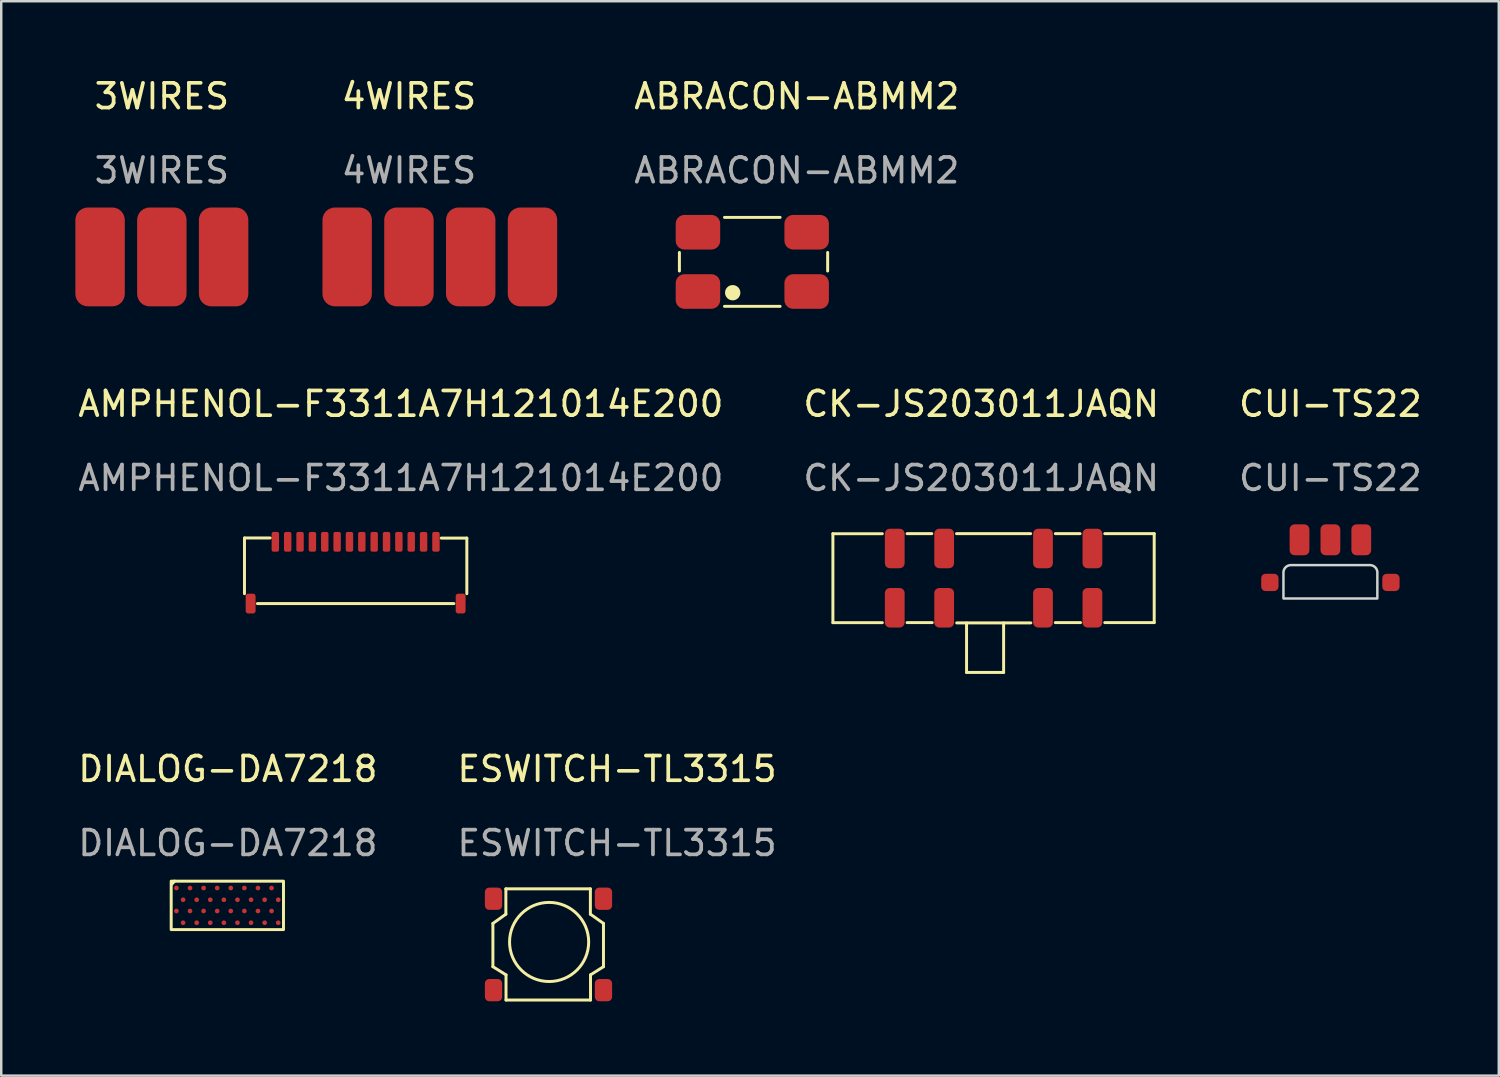
<source format=kicad_pcb>
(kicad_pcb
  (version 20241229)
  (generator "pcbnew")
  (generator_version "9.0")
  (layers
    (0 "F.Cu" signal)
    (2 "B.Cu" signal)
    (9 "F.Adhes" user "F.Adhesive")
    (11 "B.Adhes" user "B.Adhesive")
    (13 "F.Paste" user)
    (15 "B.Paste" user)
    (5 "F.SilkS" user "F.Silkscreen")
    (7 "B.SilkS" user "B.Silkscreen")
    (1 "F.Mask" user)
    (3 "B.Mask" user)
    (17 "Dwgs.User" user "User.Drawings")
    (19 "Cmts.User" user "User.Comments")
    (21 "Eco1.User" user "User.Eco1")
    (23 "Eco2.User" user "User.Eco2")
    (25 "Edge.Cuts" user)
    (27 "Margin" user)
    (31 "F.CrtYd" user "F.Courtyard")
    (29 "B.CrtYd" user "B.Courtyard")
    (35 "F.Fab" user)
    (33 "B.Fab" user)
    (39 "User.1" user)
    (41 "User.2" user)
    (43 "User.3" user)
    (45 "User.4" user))
  (footprint "ABRACON-ABMM2"
    (layer "F.Cu")
    (at 25.196 6.348)
    (property "Reference" "ABRACON-ABMM2" (at 4 -5.5 0) (unlocked yes) (layer "F.SilkS") (effects (font (size 1 1) (thickness 0.15))))
    (attr smd)
    (fp_line (start -0.75 0.82) (end -0.75 1.57) (stroke (width 0.12) (type default)) (layer "F.SilkS"))
    (fp_line (start 1.075 -0.6) (end 3.325 -0.6) (stroke (width 0.12) (type default)) (layer "F.SilkS"))
    (fp_line (start 1.075 3) (end 3.325 3) (stroke (width 0.12) (type default)) (layer "F.SilkS"))
    (fp_line (start 5.25 0.82) (end 5.25 1.57) (stroke (width 0.12) (type default)) (layer "F.SilkS"))
    (fp_circle (center 1.407 2.448) (end 1.657 2.448) (stroke (width 0.12) (type solid)) (fill yes) (layer "F.SilkS"))
    (fp_text user "${REFERENCE}" (at 4 -2.5 0) (unlocked yes) (layer "F.Fab") (effects (font (size 1 1) (thickness 0.15))))
    (pad "1" smd roundrect (at 0 2.4) (size 1.8 1.4) (layers "F.Cu" "F.Mask" "F.Paste") (roundrect_rratio 0.25))
    (pad "2" smd roundrect (at 4.4 2.4) (size 1.8 1.4) (layers "F.Cu" "F.Mask" "F.Paste") (roundrect_rratio 0.25))
    (pad "3" smd roundrect (at 4.4 0) (size 1.8 1.4) (layers "F.Cu" "F.Mask" "F.Paste") (roundrect_rratio 0.25))
    (pad "4" smd roundrect (at 0 0) (size 1.8 1.4) (layers "F.Cu" "F.Mask" "F.Paste") (roundrect_rratio 0.25)))
  (footprint "4WIRES"
    (layer "F.Cu")
    (at 14.75 7.348)
    (property "Reference" "4WIRES" (at -1.25 -6.5 0) (unlocked yes) (layer "F.SilkS") (effects (font (size 1 1) (thickness 0.15))))
    (attr smd)
    (fp_text user "${REFERENCE}" (at -1.25 -3.5 0) (unlocked yes) (layer "F.Fab") (effects (font (size 1 1) (thickness 0.15))))
    (pad "1" smd roundrect (at -3.75 0 180) (size 2 4) (layers "F.Cu" "F.Mask" "F.Paste") (roundrect_rratio 0.25))
    (pad "2" smd roundrect (at -1.25 0 180) (size 2 4) (layers "F.Cu" "F.Mask" "F.Paste") (roundrect_rratio 0.25))
    (pad "3" smd roundrect (at 1.25 0 180) (size 2 4) (layers "F.Cu" "F.Mask" "F.Paste") (roundrect_rratio 0.25))
    (pad "4" smd roundrect (at 3.75 0 180) (size 2 4) (layers "F.Cu" "F.Mask" "F.Paste") (roundrect_rratio 0.25)))
  (footprint "AMPHENOL-F3311A7H121014E200"
    (layer "F.Cu")
    (at 11.343 18.877)
    (property "Reference" "AMPHENOL-F3311A7H121014E200" (at 1.83 -5.58 0) (unlocked yes) (layer "F.SilkS") (effects (font (size 1 1) (thickness 0.15))))
    (attr smd)
    (fp_line (start -4.499 -0.154) (end -4.499 2.1) (stroke (width 0.12) (type default)) (layer "F.SilkS"))
    (fp_line (start -3.461 -0.155) (end -4.496 -0.155) (stroke (width 0.12) (type default)) (layer "F.SilkS"))
    (fp_line (start 3.975 2.5) (end -3.975 2.5) (stroke (width 0.12) (type default)) (layer "F.SilkS"))
    (fp_line (start 4.5 -0.15) (end 3.465 -0.15) (stroke (width 0.12) (type default)) (layer "F.SilkS"))
    (fp_line (start 4.5 -0.15) (end 4.5 2.1) (stroke (width 0.12) (type default)) (layer "F.SilkS"))
    (fp_text user "${REFERENCE}" (at 1.83 -2.58 0) (unlocked yes) (layer "F.Fab") (effects (font (size 1 1) (thickness 0.15))))
    (pad "1" smd roundrect (at -3.25 0 90) (size 0.8 0.3) (layers "F.Cu" "F.Mask" "F.Paste") (roundrect_rratio 0.25))
    (pad "2" smd roundrect (at -2.75 0 90) (size 0.8 0.3) (layers "F.Cu" "F.Mask" "F.Paste") (roundrect_rratio 0.25))
    (pad "3" smd roundrect (at -2.25 0 90) (size 0.8 0.3) (layers "F.Cu" "F.Mask" "F.Paste") (roundrect_rratio 0.25))
    (pad "4" smd roundrect (at -1.75 0 90) (size 0.8 0.3) (layers "F.Cu" "F.Mask" "F.Paste") (roundrect_rratio 0.25))
    (pad "5" smd roundrect (at -1.25 0 90) (size 0.8 0.3) (layers "F.Cu" "F.Mask" "F.Paste") (roundrect_rratio 0.25))
    (pad "6" smd roundrect (at -0.75 0 90) (size 0.8 0.3) (layers "F.Cu" "F.Mask" "F.Paste") (roundrect_rratio 0.25))
    (pad "7" smd roundrect (at -0.25 0 90) (size 0.8 0.3) (layers "F.Cu" "F.Mask" "F.Paste") (roundrect_rratio 0.25))
    (pad "8" smd roundrect (at 0.25 0 90) (size 0.8 0.3) (layers "F.Cu" "F.Mask" "F.Paste") (roundrect_rratio 0.25))
    (pad "9" smd roundrect (at 0.75 0 90) (size 0.8 0.3) (layers "F.Cu" "F.Mask" "F.Paste") (roundrect_rratio 0.25))
    (pad "10" smd roundrect (at 1.25 0 90) (size 0.8 0.3) (layers "F.Cu" "F.Mask" "F.Paste") (roundrect_rratio 0.25))
    (pad "11" smd roundrect (at 1.75 0 90) (size 0.8 0.3) (layers "F.Cu" "F.Mask" "F.Paste") (roundrect_rratio 0.25))
    (pad "12" smd roundrect (at 2.25 0 90) (size 0.8 0.3) (layers "F.Cu" "F.Mask" "F.Paste") (roundrect_rratio 0.25))
    (pad "13" smd roundrect (at 2.75 0 90) (size 0.8 0.3) (layers "F.Cu" "F.Mask" "F.Paste") (roundrect_rratio 0.25))
    (pad "14" smd roundrect (at 3.25 0 90) (size 0.8 0.3) (layers "F.Cu" "F.Mask" "F.Paste") (roundrect_rratio 0.25))
    (pad "MP" smd roundrect (at -4.25 2.5 90) (size 0.8 0.4) (layers "F.Cu" "F.Mask" "F.Paste") (roundrect_rratio 0.25))
    (pad "MP" smd roundrect (at 4.25 2.5 90) (size 0.8 0.4) (layers "F.Cu" "F.Mask" "F.Paste") (roundrect_rratio 0.25)))
  (footprint "3WIRES"
    (layer "F.Cu")
    (at 3.5 7.348)
    (property "Reference" "3WIRES" (at 0 -6.5 0) (unlocked yes) (layer "F.SilkS") (effects (font (size 1 1) (thickness 0.15))))
    (attr smd)
    (fp_text user "${REFERENCE}" (at 0 -3.5 0) (unlocked yes) (layer "F.Fab") (effects (font (size 1 1) (thickness 0.15))))
    (pad "1" smd roundrect (at -2.5 0 180) (size 2 4) (layers "F.Cu" "F.Mask" "F.Paste") (roundrect_rratio 0.25))
    (pad "2" smd roundrect (at 0 0 180) (size 2 4) (layers "F.Cu" "F.Mask" "F.Paste") (roundrect_rratio 0.25))
    (pad "3" smd roundrect (at 2.5 0 180) (size 2 4) (layers "F.Cu" "F.Mask" "F.Paste") (roundrect_rratio 0.25)))
  (footprint "CK-JS203011JAQN"
    (layer "F.Cu")
    (at 37.161 20.297)
    (property "Reference" "CK-JS203011JAQN" (at -0.5 -7 0) (unlocked yes) (layer "F.SilkS") (effects (font (size 1 1) (thickness 0.15))))
    (attr smd)
    (fp_line (start -6.503 -1.747) (end -6.503 1.853) (stroke (width 0.12) (type default)) (layer "F.SilkS"))
    (fp_line (start -6.503 1.853) (end -4.503 1.853) (stroke (width 0.12) (type default)) (layer "F.SilkS"))
    (fp_line (start -4.503 -1.747) (end -6.503 -1.747) (stroke (width 0.12) (type default)) (layer "F.SilkS"))
    (fp_line (start -3.5 -1.75) (end -2.5 -1.75) (stroke (width 0.12) (type default)) (layer "F.SilkS"))
    (fp_line (start -3.5 1.85) (end -2.483 1.85) (stroke (width 0.12) (type default)) (layer "F.SilkS"))
    (fp_line (start -1.5 -1.75) (end 1.5 -1.75) (stroke (width 0.12) (type default)) (layer "F.SilkS"))
    (fp_line (start -1.492 1.862) (end 1.508 1.862) (stroke (width 0.12) (type default)) (layer "F.SilkS"))
    (fp_line (start -1.094 1.867) (end -1.094 3.867) (stroke (width 0.12) (type default)) (layer "F.SilkS"))
    (fp_line (start -1.094 3.867) (end 0.406 3.867) (stroke (width 0.12) (type default)) (layer "F.SilkS"))
    (fp_line (start 0.406 3.867) (end 0.406 1.867) (stroke (width 0.12) (type default)) (layer "F.SilkS"))
    (fp_line (start 2.5 -1.75) (end 3.5 -1.75) (stroke (width 0.12) (type default)) (layer "F.SilkS"))
    (fp_line (start 2.5 1.85) (end 3.517 1.85) (stroke (width 0.12) (type default)) (layer "F.SilkS"))
    (fp_line (start 4.5 -1.75) (end 6.5 -1.75) (stroke (width 0.12) (type default)) (layer "F.SilkS"))
    (fp_line (start 6.5 -1.75) (end 6.5 1.85) (stroke (width 0.12) (type default)) (layer "F.SilkS"))
    (fp_line (start 6.5 1.85) (end 4.5 1.85) (stroke (width 0.12) (type default)) (layer "F.SilkS"))
    (fp_text user "${REFERENCE}" (at -0.5 -4 0) (unlocked yes) (layer "F.Fab") (effects (font (size 1 1) (thickness 0.15))))
    (pad "1" smd roundrect (at -4 1.25 90) (size 1.6 0.8) (layers "F.Cu" "F.Mask" "F.Paste") (roundrect_rratio 0.25))
    (pad "2" smd roundrect (at -2 1.25 90) (size 1.6 0.8) (layers "F.Cu" "F.Mask" "F.Paste") (roundrect_rratio 0.25))
    (pad "3" smd roundrect (at 2 1.25 90) (size 1.6 0.8) (layers "F.Cu" "F.Mask" "F.Paste") (roundrect_rratio 0.25))
    (pad "4" smd roundrect (at 4 1.25 90) (size 1.6 0.8) (layers "F.Cu" "F.Mask" "F.Paste") (roundrect_rratio 0.25))
    (pad "5" smd roundrect (at -4 -1.15 90) (size 1.6 0.8) (layers "F.Cu" "F.Mask" "F.Paste") (roundrect_rratio 0.25))
    (pad "6" smd roundrect (at -2 -1.15 90) (size 1.6 0.8) (layers "F.Cu" "F.Mask" "F.Paste") (roundrect_rratio 0.25))
    (pad "7" smd roundrect (at 2 -1.15 90) (size 1.6 0.8) (layers "F.Cu" "F.Mask" "F.Paste") (roundrect_rratio 0.25))
    (pad "8" smd roundrect (at 4 -1.15 90) (size 1.6 0.8) (layers "F.Cu" "F.Mask" "F.Paste") (roundrect_rratio 0.25)))
  (footprint "CUI-TS22"
    (layer "F.Cu")
    (at 50.792 13.796)
    (property "Reference" "CUI-TS22" (at 0 -0.5 0) (unlocked yes) (layer "F.SilkS") (effects (font (size 1 1) (thickness 0.15))))
    (attr smd)
    (fp_poly (pts (xy -1.9 7.375) (xy 1.9 7.375) (arc (start 1.9 6.325) (mid 1.812132 6.112868) (end 1.6 6.025)) (arc (start -1.6 6.025) (mid -1.812132 6.112868) (end -1.9 6.325))) (stroke (width 0.1) (type solid)) (fill no) (layer "Edge.Cuts"))
    (fp_text user "${REFERENCE}" (at 0 2.5 0) (unlocked yes) (layer "F.Fab") (effects (font (size 1 1) (thickness 0.15))))
    (pad "1" smd roundrect (at -1.25 5) (size 0.8 1.25) (layers "F.Cu" "F.Mask" "F.Paste") (roundrect_rratio 0.25))
    (pad "2" smd roundrect (at 0 5) (size 0.8 1.25) (layers "F.Cu" "F.Mask" "F.Paste") (roundrect_rratio 0.25))
    (pad "3" smd roundrect (at 1.25 5) (size 0.8 1.25) (layers "F.Cu" "F.Mask" "F.Paste") (roundrect_rratio 0.25))
    (pad "4" smd roundrect (at -2.45 6.725) (size 0.7 0.7) (layers "F.Cu" "F.Mask" "F.Paste") (roundrect_rratio 0.25))
    (pad "5" smd roundrect (at 2.45 6.725) (size 0.7 0.7) (layers "F.Cu" "F.Mask" "F.Paste") (roundrect_rratio 0.25)))
  (footprint "DIALOG-DA7218"
    (layer "F.Cu")
    (at 3.673 33.822)
    (property "Reference" "DIALOG-DA7218" (at 2.5 -5.75 0) (unlocked yes) (layer "F.SilkS") (effects (font (size 1 1) (thickness 0.15))))
    (attr smd)
    (fp_line (start 0.344 -1.211) (end 0.227 -1.089) (stroke (width 0.12) (type default)) (layer "F.SilkS"))
    (fp_rect (start 0.205 -1.21) (end 4.75 0.75) (stroke (width 0.12) (type default)) (fill no) (layer "F.SilkS"))
    (fp_text user "${REFERENCE}" (at 2.5 -2.75 0) (unlocked yes) (layer "F.Fab") (effects (font (size 1 1) (thickness 0.15))))
    (pad "A1" smd circle (at 0.417 -0.933) (size 0.19 0.19) (layers "F.Cu" "F.Mask" "F.Paste"))
    (pad "A3" smd circle (at 0.967 -0.933) (size 0.19 0.19) (layers "F.Cu" "F.Mask" "F.Paste"))
    (pad "A5" smd circle (at 1.517 -0.933) (size 0.19 0.19) (layers "F.Cu" "F.Mask" "F.Paste"))
    (pad "A7" smd circle (at 2.067 -0.933) (size 0.19 0.19) (layers "F.Cu" "F.Mask" "F.Paste"))
    (pad "A9" smd circle (at 2.617 -0.933) (size 0.19 0.19) (layers "F.Cu" "F.Mask" "F.Paste"))
    (pad "A11" smd circle (at 3.167 -0.933) (size 0.19 0.19) (layers "F.Cu" "F.Mask" "F.Paste"))
    (pad "A13" smd circle (at 3.717 -0.933) (size 0.19 0.19) (layers "F.Cu" "F.Mask" "F.Paste"))
    (pad "A15" smd circle (at 4.267 -0.933) (size 0.19 0.19) (layers "F.Cu" "F.Mask" "F.Paste"))
    (pad "B2" smd circle (at 0.687 -0.458) (size 0.19 0.19) (layers "F.Cu" "F.Mask" "F.Paste"))
    (pad "B4" smd circle (at 1.237 -0.458) (size 0.19 0.19) (layers "F.Cu" "F.Mask" "F.Paste"))
    (pad "B6" smd circle (at 1.787 -0.458) (size 0.19 0.19) (layers "F.Cu" "F.Mask" "F.Paste"))
    (pad "B8" smd circle (at 2.337 -0.458) (size 0.19 0.19) (layers "F.Cu" "F.Mask" "F.Paste"))
    (pad "B10" smd circle (at 2.887 -0.458) (size 0.19 0.19) (layers "F.Cu" "F.Mask" "F.Paste"))
    (pad "B12" smd circle (at 3.437 -0.458) (size 0.19 0.19) (layers "F.Cu" "F.Mask" "F.Paste"))
    (pad "B14" smd circle (at 3.987 -0.458) (size 0.19 0.19) (layers "F.Cu" "F.Mask" "F.Paste"))
    (pad "B16" smd circle (at 4.537 -0.458) (size 0.19 0.19) (layers "F.Cu" "F.Mask" "F.Paste"))
    (pad "C1" smd circle (at 0.417 -0.003) (size 0.19 0.19) (layers "F.Cu" "F.Mask" "F.Paste"))
    (pad "C3" smd circle (at 0.967 -0.003) (size 0.19 0.19) (layers "F.Cu" "F.Mask" "F.Paste"))
    (pad "C5" smd circle (at 1.517 -0.003) (size 0.19 0.19) (layers "F.Cu" "F.Mask" "F.Paste"))
    (pad "C7" smd circle (at 2.067 -0.003) (size 0.19 0.19) (layers "F.Cu" "F.Mask" "F.Paste"))
    (pad "C9" smd circle (at 2.617 -0.003) (size 0.19 0.19) (layers "F.Cu" "F.Mask" "F.Paste"))
    (pad "C11" smd circle (at 3.167 -0.003) (size 0.19 0.19) (layers "F.Cu" "F.Mask" "F.Paste"))
    (pad "C13" smd circle (at 3.717 -0.003) (size 0.19 0.19) (layers "F.Cu" "F.Mask" "F.Paste"))
    (pad "C15" smd circle (at 4.267 -0.003) (size 0.19 0.19) (layers "F.Cu" "F.Mask" "F.Paste"))
    (pad "D2" smd circle (at 0.687 0.472) (size 0.19 0.19) (layers "F.Cu" "F.Mask" "F.Paste"))
    (pad "D4" smd circle (at 1.237 0.472) (size 0.19 0.19) (layers "F.Cu" "F.Mask" "F.Paste"))
    (pad "D6" smd circle (at 1.787 0.472) (size 0.19 0.19) (layers "F.Cu" "F.Mask" "F.Paste"))
    (pad "D8" smd circle (at 2.337 0.472) (size 0.19 0.19) (layers "F.Cu" "F.Mask" "F.Paste"))
    (pad "D10" smd circle (at 2.887 0.472) (size 0.19 0.19) (layers "F.Cu" "F.Mask" "F.Paste"))
    (pad "D12" smd circle (at 3.437 0.472) (size 0.19 0.19) (layers "F.Cu" "F.Mask" "F.Paste"))
    (pad "D14" smd circle (at 3.987 0.472) (size 0.19 0.19) (layers "F.Cu" "F.Mask" "F.Paste"))
    (pad "D16" smd circle (at 4.537 0.472) (size 0.19 0.19) (layers "F.Cu" "F.Mask" "F.Paste")))
  (footprint "ESWITCH-TL3315"
    (layer "F.Cu")
    (at 19.173 35.072)
    (property "Reference" "ESWITCH-TL3315" (at 2.75 -7 0) (unlocked yes) (layer "F.SilkS") (effects (font (size 1 1) (thickness 0.15))))
    (attr smd)
    (fp_line (start -2.275 -0.75) (end -2.275 1) (stroke (width 0.12) (type default)) (layer "F.SilkS"))
    (fp_line (start -2.275 -0.75) (end -1.75 -1.125) (stroke (width 0.12) (type default)) (layer "F.SilkS"))
    (fp_line (start -1.75 -2.15) (end -1.75 -1.125) (stroke (width 0.12) (type default)) (layer "F.SilkS"))
    (fp_line (start -1.75 -2.15) (end 1.67 -2.15) (stroke (width 0.12) (type default)) (layer "F.SilkS"))
    (fp_line (start -1.744 1.332) (end -2.275 1) (stroke (width 0.12) (type default)) (layer "F.SilkS"))
    (fp_line (start -1.744 1.332) (end -1.744 2.35) (stroke (width 0.12) (type default)) (layer "F.SilkS"))
    (fp_line (start -1.744 2.35) (end 1.676 2.35) (stroke (width 0.12) (type default)) (layer "F.SilkS"))
    (fp_line (start 1.67 -2.15) (end 1.67 -1.125) (stroke (width 0.12) (type default)) (layer "F.SilkS"))
    (fp_line (start 1.67 -1.125) (end 2.2 -0.75) (stroke (width 0.12) (type default)) (layer "F.SilkS"))
    (fp_line (start 1.675 1.332) (end 1.676 2.35) (stroke (width 0.12) (type default)) (layer "F.SilkS"))
    (fp_line (start 2.2 -0.75) (end 2.2 1) (stroke (width 0.12) (type default)) (layer "F.SilkS"))
    (fp_line (start 2.2 1) (end 1.675 1.332) (stroke (width 0.12) (type default)) (layer "F.SilkS"))
    (fp_circle (center 0 0) (end 1.25 1) (stroke (width 0.12) (type default)) (fill no) (layer "F.SilkS"))
    (fp_text user "${REFERENCE}" (at 2.75 -4 0) (unlocked yes) (layer "F.Fab") (effects (font (size 1 1) (thickness 0.15))))
    (pad "1" smd roundrect (at -2.25 -1.75 90) (size 0.9 0.7) (layers "F.Cu" "F.Mask" "F.Paste") (roundrect_rratio 0.25))
    (pad "2" smd roundrect (at 2.2 -1.75 90) (size 0.9 0.7) (layers "F.Cu" "F.Mask" "F.Paste") (roundrect_rratio 0.25))
    (pad "3" smd roundrect (at -2.25 1.95 90) (size 0.9 0.7) (layers "F.Cu" "F.Mask" "F.Paste") (roundrect_rratio 0.25))
    (pad "4" smd roundrect (at 2.2 1.95 90) (size 0.9 0.7) (layers "F.Cu" "F.Mask" "F.Paste") (roundrect_rratio 0.25)))
  (gr_rect
    (start -3 -3)
    (end 57.607 40.482)
    (stroke (width 0.1) (type default))
    (fill no)
    (layer "Edge.Cuts")))
</source>
